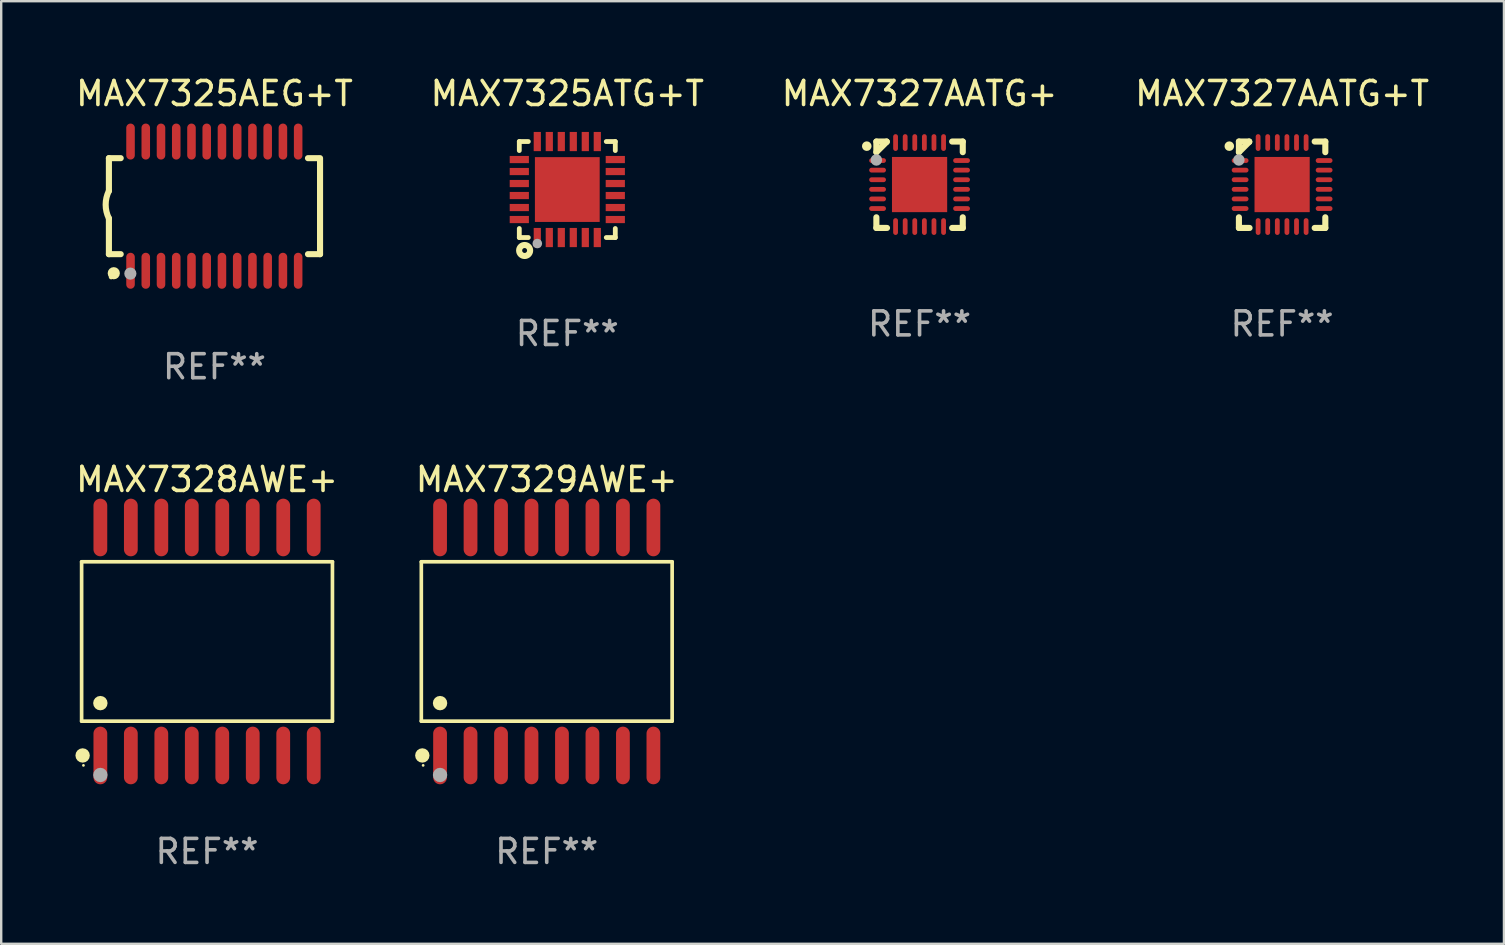
<source format=kicad_pcb>
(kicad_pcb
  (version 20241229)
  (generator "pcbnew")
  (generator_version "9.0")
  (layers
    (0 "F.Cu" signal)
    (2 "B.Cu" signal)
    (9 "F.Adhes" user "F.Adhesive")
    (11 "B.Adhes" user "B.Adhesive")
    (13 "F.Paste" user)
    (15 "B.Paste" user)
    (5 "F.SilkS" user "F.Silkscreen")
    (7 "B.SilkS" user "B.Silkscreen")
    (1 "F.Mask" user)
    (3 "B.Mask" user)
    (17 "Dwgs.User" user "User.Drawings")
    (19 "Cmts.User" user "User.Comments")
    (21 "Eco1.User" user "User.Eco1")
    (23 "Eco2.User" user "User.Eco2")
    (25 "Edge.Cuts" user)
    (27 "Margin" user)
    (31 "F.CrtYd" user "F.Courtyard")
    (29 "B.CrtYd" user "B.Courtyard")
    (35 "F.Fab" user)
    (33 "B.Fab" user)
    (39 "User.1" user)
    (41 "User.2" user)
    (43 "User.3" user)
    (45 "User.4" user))
  (footprint "MAX7328AWE+"
    (layer "F.Cu")
    (at 5.577 23.68)
    (property "Reference" "MAX7328AWE+" (at 0 -6.75 0) (layer "F.SilkS") (effects (font (size 1 1) (thickness 0.15))))
    (attr through_hole)
    (fp_line (start -5.226 -3.321) (end 5.226 -3.321) (stroke (width 0.152) (type solid)) (layer "F.SilkS"))
    (fp_line (start -5.226 3.321) (end -5.226 -3.321) (stroke (width 0.152) (type solid)) (layer "F.SilkS"))
    (fp_line (start 5.226 -3.321) (end 5.226 3.321) (stroke (width 0.152) (type solid)) (layer "F.SilkS"))
    (fp_line (start 5.226 3.321) (end -5.226 3.321) (stroke (width 0.152) (type solid)) (layer "F.SilkS"))
    (fp_circle (center -5.184 4.75) (end -5.034 4.75) (stroke (width 0.3) (type solid)) (fill no) (layer "F.SilkS"))
    (fp_circle (center -5.15 5.163) (end -5.12 5.163) (stroke (width 0.06) (type solid)) (fill no) (layer "F.SilkS"))
    (fp_circle (center -4.445 2.569) (end -4.295 2.569) (stroke (width 0.3) (type solid)) (fill no) (layer "F.SilkS"))
    (fp_circle (center -4.445 5.563) (end -4.295 5.563) (stroke (width 0.3) (type solid)) (fill no) (layer "F.Fab"))
    (fp_text user "REF**" (at 0 8.75 0) (layer "F.Fab") (effects (font (size 1 1) (thickness 0.15))))
    (pad "1" smd oval (at -4.445 4.75) (size 0.574 2.401) (layers "F.Cu" "F.Mask" "F.Paste"))
    (pad "2" smd oval (at -3.175 4.75) (size 0.574 2.401) (layers "F.Cu" "F.Mask" "F.Paste"))
    (pad "3" smd oval (at -1.905 4.75) (size 0.574 2.401) (layers "F.Cu" "F.Mask" "F.Paste"))
    (pad "4" smd oval (at -0.635 4.75) (size 0.574 2.401) (layers "F.Cu" "F.Mask" "F.Paste"))
    (pad "5" smd oval (at 0.635 4.75) (size 0.574 2.401) (layers "F.Cu" "F.Mask" "F.Paste"))
    (pad "6" smd oval (at 1.905 4.75) (size 0.574 2.401) (layers "F.Cu" "F.Mask" "F.Paste"))
    (pad "7" smd oval (at 3.175 4.75) (size 0.574 2.401) (layers "F.Cu" "F.Mask" "F.Paste"))
    (pad "8" smd oval (at 4.445 4.75) (size 0.574 2.401) (layers "F.Cu" "F.Mask" "F.Paste"))
    (pad "9" smd oval (at 4.445 -4.75) (size 0.574 2.401) (layers "F.Cu" "F.Mask" "F.Paste"))
    (pad "10" smd oval (at 3.175 -4.75) (size 0.574 2.401) (layers "F.Cu" "F.Mask" "F.Paste"))
    (pad "11" smd oval (at 1.905 -4.75) (size 0.574 2.401) (layers "F.Cu" "F.Mask" "F.Paste"))
    (pad "12" smd oval (at 0.635 -4.75) (size 0.574 2.401) (layers "F.Cu" "F.Mask" "F.Paste"))
    (pad "13" smd oval (at -0.635 -4.75) (size 0.574 2.401) (layers "F.Cu" "F.Mask" "F.Paste"))
    (pad "14" smd oval (at -1.905 -4.75) (size 0.574 2.401) (layers "F.Cu" "F.Mask" "F.Paste"))
    (pad "15" smd oval (at -3.175 -4.75) (size 0.574 2.401) (layers "F.Cu" "F.Mask" "F.Paste"))
    (pad "16" smd oval (at -4.445 -4.75) (size 0.574 2.401) (layers "F.Cu" "F.Mask" "F.Paste")))
  (footprint "MAX7325AEG+T"
    (layer "F.Cu")
    (at 5.887 5.541)
    (property "Reference" "MAX7325AEG+T" (at 0 -4.692 0) (layer "F.SilkS") (effects (font (size 1 1) (thickness 0.15))))
    (attr through_hole)
    (fp_line (start -4.399 -2) (end -4.399 -0.635) (stroke (width 0.254) (type solid)) (layer "F.SilkS"))
    (fp_line (start -4.399 -2) (end -3.907 -2) (stroke (width 0.254) (type solid)) (layer "F.SilkS"))
    (fp_line (start -4.399 2) (end -4.399 0.508) (stroke (width 0.254) (type solid)) (layer "F.SilkS"))
    (fp_line (start -4.399 2) (end -3.907 2) (stroke (width 0.254) (type solid)) (layer "F.SilkS"))
    (fp_line (start 3.896 -2) (end 4.313 -2) (stroke (width 0.254) (type solid)) (layer "F.SilkS"))
    (fp_line (start 3.896 2) (end 4.399 2) (stroke (width 0.254) (type solid)) (layer "F.SilkS"))
    (fp_line (start 4.399 2) (end 4.399 -2) (stroke (width 0.254) (type solid)) (layer "F.SilkS"))
    (fp_arc (start -4.399301 0.508001) (mid -4.534214 -0.0635) (end -4.399301 -0.635001) (stroke (width 0.254001) (type solid)) (layer "F.SilkS"))
    (fp_circle (center -4.305 2.95) (end -4.255 2.95) (stroke (width 0.1) (type solid)) (fill no) (layer "F.SilkS"))
    (fp_circle (center -4.196 2.794) (end -4.069 2.794) (stroke (width 0.254) (type solid)) (fill no) (layer "F.SilkS"))
    (fp_circle (center -3.505 2.81) (end -3.378 2.81) (stroke (width 0.254) (type solid)) (fill no) (layer "F.Fab"))
    (fp_text user "REF**" (at 0 6.692 0) (layer "F.Fab") (effects (font (size 1 1) (thickness 0.15))))
    (pad "1" smd oval (at -3.498 2.692 90) (size 1.5 0.356) (layers "F.Cu" "F.Mask" "F.Paste"))
    (pad "2" smd oval (at -2.863 2.692 90) (size 1.5 0.356) (layers "F.Cu" "F.Mask" "F.Paste"))
    (pad "3" smd oval (at -2.228 2.692 90) (size 1.5 0.356) (layers "F.Cu" "F.Mask" "F.Paste"))
    (pad "4" smd oval (at -1.593 2.692 90) (size 1.5 0.356) (layers "F.Cu" "F.Mask" "F.Paste"))
    (pad "5" smd oval (at -0.958 2.692 90) (size 1.5 0.356) (layers "F.Cu" "F.Mask" "F.Paste"))
    (pad "6" smd oval (at -0.323 2.692 90) (size 1.5 0.356) (layers "F.Cu" "F.Mask" "F.Paste"))
    (pad "7" smd oval (at 0.312 2.692 90) (size 1.5 0.356) (layers "F.Cu" "F.Mask" "F.Paste"))
    (pad "8" smd oval (at 0.947 2.692 90) (size 1.5 0.356) (layers "F.Cu" "F.Mask" "F.Paste"))
    (pad "9" smd oval (at 1.582 2.692 90) (size 1.5 0.356) (layers "F.Cu" "F.Mask" "F.Paste"))
    (pad "10" smd oval (at 2.217 2.692 90) (size 1.5 0.356) (layers "F.Cu" "F.Mask" "F.Paste"))
    (pad "11" smd oval (at 2.852 2.692 90) (size 1.5 0.356) (layers "F.Cu" "F.Mask" "F.Paste"))
    (pad "12" smd oval (at 3.487 2.692 90) (size 1.5 0.356) (layers "F.Cu" "F.Mask" "F.Paste"))
    (pad "13" smd oval (at 3.487 -2.692 90) (size 1.5 0.356) (layers "F.Cu" "F.Mask" "F.Paste"))
    (pad "14" smd oval (at 2.852 -2.692 90) (size 1.5 0.356) (layers "F.Cu" "F.Mask" "F.Paste"))
    (pad "15" smd oval (at 2.217 -2.692 90) (size 1.5 0.356) (layers "F.Cu" "F.Mask" "F.Paste"))
    (pad "16" smd oval (at 1.582 -2.692 90) (size 1.5 0.356) (layers "F.Cu" "F.Mask" "F.Paste"))
    (pad "17" smd oval (at 0.947 -2.692 90) (size 1.5 0.356) (layers "F.Cu" "F.Mask" "F.Paste"))
    (pad "18" smd oval (at 0.312 -2.692 90) (size 1.5 0.356) (layers "F.Cu" "F.Mask" "F.Paste"))
    (pad "19" smd oval (at -0.323 -2.692 90) (size 1.5 0.356) (layers "F.Cu" "F.Mask" "F.Paste"))
    (pad "20" smd oval (at -0.958 -2.692 90) (size 1.5 0.356) (layers "F.Cu" "F.Mask" "F.Paste"))
    (pad "21" smd oval (at -1.593 -2.692 90) (size 1.5 0.356) (layers "F.Cu" "F.Mask" "F.Paste"))
    (pad "22" smd oval (at -2.228 -2.692 90) (size 1.5 0.356) (layers "F.Cu" "F.Mask" "F.Paste"))
    (pad "23" smd oval (at -2.863 -2.692 90) (size 1.5 0.356) (layers "F.Cu" "F.Mask" "F.Paste"))
    (pad "24" smd oval (at -3.498 -2.692 90) (size 1.5 0.356) (layers "F.Cu" "F.Mask" "F.Paste")))
  (footprint "MAX7327AATG+T"
    (layer "F.Cu")
    (at 50.375 4.648)
    (property "Reference" "MAX7327AATG+T" (at 0 -3.8 0) (layer "F.SilkS") (effects (font (size 1 1) (thickness 0.15))))
    (attr through_hole)
    (fp_line (start -1.8 -1.8) (end -1.372 -1.8) (stroke (width 0.254) (type solid)) (layer "F.SilkS"))
    (fp_line (start -1.8 -1.357) (end -1.8 -1.8) (stroke (width 0.254) (type solid)) (layer "F.SilkS"))
    (fp_line (start -1.8 1.8) (end -1.8 1.357) (stroke (width 0.254) (type solid)) (layer "F.SilkS"))
    (fp_line (start -1.372 -1.8) (end -1.372 -1.785) (stroke (width 0.254) (type solid)) (layer "F.SilkS"))
    (fp_line (start -1.372 -1.785) (end -1.8 -1.357) (stroke (width 0.254) (type solid)) (layer "F.SilkS"))
    (fp_line (start -1.357 1.8) (end -1.8 1.8) (stroke (width 0.254) (type solid)) (layer "F.SilkS"))
    (fp_line (start 1.357 -1.8) (end 1.8 -1.8) (stroke (width 0.254) (type solid)) (layer "F.SilkS"))
    (fp_line (start 1.8 -1.8) (end 1.8 -1.357) (stroke (width 0.254) (type solid)) (layer "F.SilkS"))
    (fp_line (start 1.8 1.357) (end 1.8 1.8) (stroke (width 0.254) (type solid)) (layer "F.SilkS"))
    (fp_line (start 1.8 1.8) (end 1.357 1.8) (stroke (width 0.254) (type solid)) (layer "F.SilkS"))
    (fp_circle (center -2.2 -1.608) (end -2.1 -1.608) (stroke (width 0.2) (type solid)) (fill no) (layer "F.SilkS"))
    (fp_circle (center -1.75 -1.758) (end -1.72 -1.758) (stroke (width 0.06) (type solid)) (fill no) (layer "F.SilkS"))
    (fp_circle (center -1.801 -1.032) (end -1.681 -1.032) (stroke (width 0.24) (type solid)) (fill no) (layer "F.Fab"))
    (fp_text user "REF**" (at 0 5.8 0) (layer "F.Fab") (effects (font (size 1 1) (thickness 0.15))))
    (pad "1" smd oval (at -1.75 -1.008) (size 0.7 0.2) (layers "F.Cu" "F.Mask" "F.Paste"))
    (pad "2" smd oval (at -1.75 -0.608) (size 0.7 0.2) (layers "F.Cu" "F.Mask" "F.Paste"))
    (pad "3" smd oval (at -1.75 -0.208) (size 0.7 0.2) (layers "F.Cu" "F.Mask" "F.Paste"))
    (pad "4" smd oval (at -1.75 0.192) (size 0.7 0.2) (layers "F.Cu" "F.Mask" "F.Paste"))
    (pad "5" smd oval (at -1.75 0.592) (size 0.7 0.2) (layers "F.Cu" "F.Mask" "F.Paste"))
    (pad "6" smd oval (at -1.75 0.992) (size 0.7 0.2) (layers "F.Cu" "F.Mask" "F.Paste"))
    (pad "7" smd oval (at -1 1.742) (size 0.2 0.7) (layers "F.Cu" "F.Mask" "F.Paste"))
    (pad "8" smd oval (at -0.6 1.742) (size 0.2 0.7) (layers "F.Cu" "F.Mask" "F.Paste"))
    (pad "9" smd oval (at -0.2 1.742) (size 0.2 0.7) (layers "F.Cu" "F.Mask" "F.Paste"))
    (pad "10" smd oval (at 0.2 1.742) (size 0.2 0.7) (layers "F.Cu" "F.Mask" "F.Paste"))
    (pad "11" smd oval (at 0.6 1.742) (size 0.2 0.7) (layers "F.Cu" "F.Mask" "F.Paste"))
    (pad "12" smd oval (at 1 1.742) (size 0.2 0.7) (layers "F.Cu" "F.Mask" "F.Paste"))
    (pad "13" smd oval (at 1.75 0.992) (size 0.7 0.2) (layers "F.Cu" "F.Mask" "F.Paste"))
    (pad "14" smd oval (at 1.75 0.592) (size 0.7 0.2) (layers "F.Cu" "F.Mask" "F.Paste"))
    (pad "15" smd oval (at 1.75 0.192) (size 0.7 0.2) (layers "F.Cu" "F.Mask" "F.Paste"))
    (pad "16" smd oval (at 1.75 -0.208) (size 0.7 0.2) (layers "F.Cu" "F.Mask" "F.Paste"))
    (pad "17" smd oval (at 1.75 -0.608) (size 0.7 0.2) (layers "F.Cu" "F.Mask" "F.Paste"))
    (pad "18" smd oval (at 1.75 -1.008) (size 0.7 0.2) (layers "F.Cu" "F.Mask" "F.Paste"))
    (pad "19" smd oval (at 1 -1.758) (size 0.2 0.7) (layers "F.Cu" "F.Mask" "F.Paste"))
    (pad "20" smd oval (at 0.6 -1.758) (size 0.2 0.7) (layers "F.Cu" "F.Mask" "F.Paste"))
    (pad "21" smd oval (at 0.2 -1.758) (size 0.2 0.7) (layers "F.Cu" "F.Mask" "F.Paste"))
    (pad "22" smd oval (at -0.2 -1.758) (size 0.2 0.7) (layers "F.Cu" "F.Mask" "F.Paste"))
    (pad "23" smd oval (at -0.6 -1.758) (size 0.2 0.7) (layers "F.Cu" "F.Mask" "F.Paste"))
    (pad "24" smd oval (at -1 -1.758) (size 0.2 0.7) (layers "F.Cu" "F.Mask" "F.Paste"))
    (pad "25" smd rect (at 0 -0.008 180) (size 2.3 2.3) (layers "F.Cu" "F.Mask" "F.Paste")))
  (footprint "MAX7325ATG+T"
    (layer "F.Cu")
    (at 20.589 4.848)
    (property "Reference" "MAX7325ATG+T" (at 0 -4 0) (layer "F.SilkS") (effects (font (size 1 1) (thickness 0.15))))
    (attr through_hole)
    (fp_line (start -2 -2) (end -1.624 -2) (stroke (width 0.2) (type solid)) (layer "F.SilkS"))
    (fp_line (start -2 -1.624) (end -2 -2) (stroke (width 0.2) (type solid)) (layer "F.SilkS"))
    (fp_line (start -2 2) (end -2 1.624) (stroke (width 0.2) (type solid)) (layer "F.SilkS"))
    (fp_line (start -2 2) (end -1.624 2) (stroke (width 0.2) (type solid)) (layer "F.SilkS"))
    (fp_line (start 1.624 -2) (end 2 -2) (stroke (width 0.2) (type solid)) (layer "F.SilkS"))
    (fp_line (start 1.624 2) (end 2 2) (stroke (width 0.2) (type solid)) (layer "F.SilkS"))
    (fp_line (start 2 -2) (end 2 -1.624) (stroke (width 0.2) (type solid)) (layer "F.SilkS"))
    (fp_line (start 2 1.624) (end 2 2) (stroke (width 0.2) (type solid)) (layer "F.SilkS"))
    (fp_circle (center -2 2) (end -1.97 2) (stroke (width 0.06) (type solid)) (fill no) (layer "F.SilkS"))
    (fp_circle (center -1.778 2.54) (end -1.676 2.54) (stroke (width 0.254) (type solid)) (fill no) (layer "F.SilkS"))
    (fp_circle (center -1.25 2.25) (end -1.15 2.25) (stroke (width 0.2) (type solid)) (fill no) (layer "F.Fab"))
    (fp_text user "REF**" (at 0 6 0) (layer "F.Fab") (effects (font (size 1 1) (thickness 0.15))))
    (pad "1" smd rect (at -1.25 2) (size 0.3 0.8) (layers "F.Cu" "F.Mask" "F.Paste"))
    (pad "2" smd rect (at -0.75 2) (size 0.3 0.8) (layers "F.Cu" "F.Mask" "F.Paste"))
    (pad "3" smd rect (at -0.25 2) (size 0.3 0.8) (layers "F.Cu" "F.Mask" "F.Paste"))
    (pad "4" smd rect (at 0.25 2) (size 0.3 0.8) (layers "F.Cu" "F.Mask" "F.Paste"))
    (pad "5" smd rect (at 0.75 2) (size 0.3 0.8) (layers "F.Cu" "F.Mask" "F.Paste"))
    (pad "6" smd rect (at 1.25 2) (size 0.3 0.8) (layers "F.Cu" "F.Mask" "F.Paste"))
    (pad "7" smd rect (at 2 1.25 90) (size 0.3 0.8) (layers "F.Cu" "F.Mask" "F.Paste"))
    (pad "8" smd rect (at 2 0.75 90) (size 0.3 0.8) (layers "F.Cu" "F.Mask" "F.Paste"))
    (pad "9" smd rect (at 2 0.25 90) (size 0.3 0.8) (layers "F.Cu" "F.Mask" "F.Paste"))
    (pad "10" smd rect (at 2 -0.25 90) (size 0.3 0.8) (layers "F.Cu" "F.Mask" "F.Paste"))
    (pad "11" smd rect (at 2 -0.75 90) (size 0.3 0.8) (layers "F.Cu" "F.Mask" "F.Paste"))
    (pad "12" smd rect (at 2 -1.25 90) (size 0.3 0.8) (layers "F.Cu" "F.Mask" "F.Paste"))
    (pad "13" smd rect (at 1.25 -2 180) (size 0.3 0.8) (layers "F.Cu" "F.Mask" "F.Paste"))
    (pad "14" smd rect (at 0.75 -2 180) (size 0.3 0.8) (layers "F.Cu" "F.Mask" "F.Paste"))
    (pad "15" smd rect (at 0.25 -2 180) (size 0.3 0.8) (layers "F.Cu" "F.Mask" "F.Paste"))
    (pad "16" smd rect (at -0.25 -2 180) (size 0.3 0.8) (layers "F.Cu" "F.Mask" "F.Paste"))
    (pad "17" smd rect (at -0.75 -2 180) (size 0.3 0.8) (layers "F.Cu" "F.Mask" "F.Paste"))
    (pad "18" smd rect (at -1.25 -2 180) (size 0.3 0.8) (layers "F.Cu" "F.Mask" "F.Paste"))
    (pad "19" smd rect (at -2 -1.25 270) (size 0.3 0.8) (layers "F.Cu" "F.Mask" "F.Paste"))
    (pad "20" smd rect (at -2 -0.75 270) (size 0.3 0.8) (layers "F.Cu" "F.Mask" "F.Paste"))
    (pad "21" smd rect (at -2 -0.25 270) (size 0.3 0.8) (layers "F.Cu" "F.Mask" "F.Paste"))
    (pad "22" smd rect (at -2 0.25 270) (size 0.3 0.8) (layers "F.Cu" "F.Mask" "F.Paste"))
    (pad "23" smd rect (at -2 0.75 270) (size 0.3 0.8) (layers "F.Cu" "F.Mask" "F.Paste"))
    (pad "24" smd rect (at -2 1.25 270) (size 0.3 0.8) (layers "F.Cu" "F.Mask" "F.Paste"))
    (pad "25" smd rect (at 0 0) (size 2.7 2.7) (layers "F.Cu" "F.Mask" "F.Paste")))
  (footprint "MAX7329AWE+"
    (layer "F.Cu")
    (at 19.732 23.68)
    (property "Reference" "MAX7329AWE+" (at 0 -6.75 0) (layer "F.SilkS") (effects (font (size 1 1) (thickness 0.15))))
    (attr through_hole)
    (fp_line (start -5.226 -3.321) (end 5.226 -3.321) (stroke (width 0.152) (type solid)) (layer "F.SilkS"))
    (fp_line (start -5.226 3.321) (end -5.226 -3.321) (stroke (width 0.152) (type solid)) (layer "F.SilkS"))
    (fp_line (start 5.226 -3.321) (end 5.226 3.321) (stroke (width 0.152) (type solid)) (layer "F.SilkS"))
    (fp_line (start 5.226 3.321) (end -5.226 3.321) (stroke (width 0.152) (type solid)) (layer "F.SilkS"))
    (fp_circle (center -5.184 4.75) (end -5.034 4.75) (stroke (width 0.3) (type solid)) (fill no) (layer "F.SilkS"))
    (fp_circle (center -5.15 5.163) (end -5.12 5.163) (stroke (width 0.06) (type solid)) (fill no) (layer "F.SilkS"))
    (fp_circle (center -4.445 2.569) (end -4.295 2.569) (stroke (width 0.3) (type solid)) (fill no) (layer "F.SilkS"))
    (fp_circle (center -4.445 5.563) (end -4.295 5.563) (stroke (width 0.3) (type solid)) (fill no) (layer "F.Fab"))
    (fp_text user "REF**" (at 0 8.75 0) (layer "F.Fab") (effects (font (size 1 1) (thickness 0.15))))
    (pad "1" smd oval (at -4.445 4.75) (size 0.574 2.401) (layers "F.Cu" "F.Mask" "F.Paste"))
    (pad "2" smd oval (at -3.175 4.75) (size 0.574 2.401) (layers "F.Cu" "F.Mask" "F.Paste"))
    (pad "3" smd oval (at -1.905 4.75) (size 0.574 2.401) (layers "F.Cu" "F.Mask" "F.Paste"))
    (pad "4" smd oval (at -0.635 4.75) (size 0.574 2.401) (layers "F.Cu" "F.Mask" "F.Paste"))
    (pad "5" smd oval (at 0.635 4.75) (size 0.574 2.401) (layers "F.Cu" "F.Mask" "F.Paste"))
    (pad "6" smd oval (at 1.905 4.75) (size 0.574 2.401) (layers "F.Cu" "F.Mask" "F.Paste"))
    (pad "7" smd oval (at 3.175 4.75) (size 0.574 2.401) (layers "F.Cu" "F.Mask" "F.Paste"))
    (pad "8" smd oval (at 4.445 4.75) (size 0.574 2.401) (layers "F.Cu" "F.Mask" "F.Paste"))
    (pad "9" smd oval (at 4.445 -4.75) (size 0.574 2.401) (layers "F.Cu" "F.Mask" "F.Paste"))
    (pad "10" smd oval (at 3.175 -4.75) (size 0.574 2.401) (layers "F.Cu" "F.Mask" "F.Paste"))
    (pad "11" smd oval (at 1.905 -4.75) (size 0.574 2.401) (layers "F.Cu" "F.Mask" "F.Paste"))
    (pad "12" smd oval (at 0.635 -4.75) (size 0.574 2.401) (layers "F.Cu" "F.Mask" "F.Paste"))
    (pad "13" smd oval (at -0.635 -4.75) (size 0.574 2.401) (layers "F.Cu" "F.Mask" "F.Paste"))
    (pad "14" smd oval (at -1.905 -4.75) (size 0.574 2.401) (layers "F.Cu" "F.Mask" "F.Paste"))
    (pad "15" smd oval (at -3.175 -4.75) (size 0.574 2.401) (layers "F.Cu" "F.Mask" "F.Paste"))
    (pad "16" smd oval (at -4.445 -4.75) (size 0.574 2.401) (layers "F.Cu" "F.Mask" "F.Paste")))
  (footprint "MAX7327AATG+"
    (layer "F.Cu")
    (at 35.268 4.648)
    (property "Reference" "MAX7327AATG+" (at 0 -3.8 0) (layer "F.SilkS") (effects (font (size 1 1) (thickness 0.15))))
    (attr through_hole)
    (fp_line (start -1.8 -1.8) (end -1.372 -1.8) (stroke (width 0.254) (type solid)) (layer "F.SilkS"))
    (fp_line (start -1.8 -1.357) (end -1.8 -1.8) (stroke (width 0.254) (type solid)) (layer "F.SilkS"))
    (fp_line (start -1.8 1.8) (end -1.8 1.357) (stroke (width 0.254) (type solid)) (layer "F.SilkS"))
    (fp_line (start -1.372 -1.8) (end -1.372 -1.785) (stroke (width 0.254) (type solid)) (layer "F.SilkS"))
    (fp_line (start -1.372 -1.785) (end -1.8 -1.357) (stroke (width 0.254) (type solid)) (layer "F.SilkS"))
    (fp_line (start -1.357 1.8) (end -1.8 1.8) (stroke (width 0.254) (type solid)) (layer "F.SilkS"))
    (fp_line (start 1.357 -1.8) (end 1.8 -1.8) (stroke (width 0.254) (type solid)) (layer "F.SilkS"))
    (fp_line (start 1.8 -1.8) (end 1.8 -1.357) (stroke (width 0.254) (type solid)) (layer "F.SilkS"))
    (fp_line (start 1.8 1.357) (end 1.8 1.8) (stroke (width 0.254) (type solid)) (layer "F.SilkS"))
    (fp_line (start 1.8 1.8) (end 1.357 1.8) (stroke (width 0.254) (type solid)) (layer "F.SilkS"))
    (fp_circle (center -2.2 -1.608) (end -2.1 -1.608) (stroke (width 0.2) (type solid)) (fill no) (layer "F.SilkS"))
    (fp_circle (center -1.75 -1.758) (end -1.72 -1.758) (stroke (width 0.06) (type solid)) (fill no) (layer "F.SilkS"))
    (fp_circle (center -1.801 -1.032) (end -1.681 -1.032) (stroke (width 0.24) (type solid)) (fill no) (layer "F.Fab"))
    (fp_text user "REF**" (at 0 5.8 0) (layer "F.Fab") (effects (font (size 1 1) (thickness 0.15))))
    (pad "1" smd oval (at -1.75 -1.008) (size 0.7 0.2) (layers "F.Cu" "F.Mask" "F.Paste"))
    (pad "2" smd oval (at -1.75 -0.608) (size 0.7 0.2) (layers "F.Cu" "F.Mask" "F.Paste"))
    (pad "3" smd oval (at -1.75 -0.208) (size 0.7 0.2) (layers "F.Cu" "F.Mask" "F.Paste"))
    (pad "4" smd oval (at -1.75 0.192) (size 0.7 0.2) (layers "F.Cu" "F.Mask" "F.Paste"))
    (pad "5" smd oval (at -1.75 0.592) (size 0.7 0.2) (layers "F.Cu" "F.Mask" "F.Paste"))
    (pad "6" smd oval (at -1.75 0.992) (size 0.7 0.2) (layers "F.Cu" "F.Mask" "F.Paste"))
    (pad "7" smd oval (at -1 1.742) (size 0.2 0.7) (layers "F.Cu" "F.Mask" "F.Paste"))
    (pad "8" smd oval (at -0.6 1.742) (size 0.2 0.7) (layers "F.Cu" "F.Mask" "F.Paste"))
    (pad "9" smd oval (at -0.2 1.742) (size 0.2 0.7) (layers "F.Cu" "F.Mask" "F.Paste"))
    (pad "10" smd oval (at 0.2 1.742) (size 0.2 0.7) (layers "F.Cu" "F.Mask" "F.Paste"))
    (pad "11" smd oval (at 0.6 1.742) (size 0.2 0.7) (layers "F.Cu" "F.Mask" "F.Paste"))
    (pad "12" smd oval (at 1 1.742) (size 0.2 0.7) (layers "F.Cu" "F.Mask" "F.Paste"))
    (pad "13" smd oval (at 1.75 0.992) (size 0.7 0.2) (layers "F.Cu" "F.Mask" "F.Paste"))
    (pad "14" smd oval (at 1.75 0.592) (size 0.7 0.2) (layers "F.Cu" "F.Mask" "F.Paste"))
    (pad "15" smd oval (at 1.75 0.192) (size 0.7 0.2) (layers "F.Cu" "F.Mask" "F.Paste"))
    (pad "16" smd oval (at 1.75 -0.208) (size 0.7 0.2) (layers "F.Cu" "F.Mask" "F.Paste"))
    (pad "17" smd oval (at 1.75 -0.608) (size 0.7 0.2) (layers "F.Cu" "F.Mask" "F.Paste"))
    (pad "18" smd oval (at 1.75 -1.008) (size 0.7 0.2) (layers "F.Cu" "F.Mask" "F.Paste"))
    (pad "19" smd oval (at 1 -1.758) (size 0.2 0.7) (layers "F.Cu" "F.Mask" "F.Paste"))
    (pad "20" smd oval (at 0.6 -1.758) (size 0.2 0.7) (layers "F.Cu" "F.Mask" "F.Paste"))
    (pad "21" smd oval (at 0.2 -1.758) (size 0.2 0.7) (layers "F.Cu" "F.Mask" "F.Paste"))
    (pad "22" smd oval (at -0.2 -1.758) (size 0.2 0.7) (layers "F.Cu" "F.Mask" "F.Paste"))
    (pad "23" smd oval (at -0.6 -1.758) (size 0.2 0.7) (layers "F.Cu" "F.Mask" "F.Paste"))
    (pad "24" smd oval (at -1 -1.758) (size 0.2 0.7) (layers "F.Cu" "F.Mask" "F.Paste"))
    (pad "25" smd rect (at 0 -0.008 180) (size 2.3 2.3) (layers "F.Cu" "F.Mask" "F.Paste")))
  (gr_rect
    (start -3 -3)
    (end 59.619 36.278)
    (stroke (width 0.1) (type default))
    (fill no)
    (layer "Edge.Cuts")))
</source>
